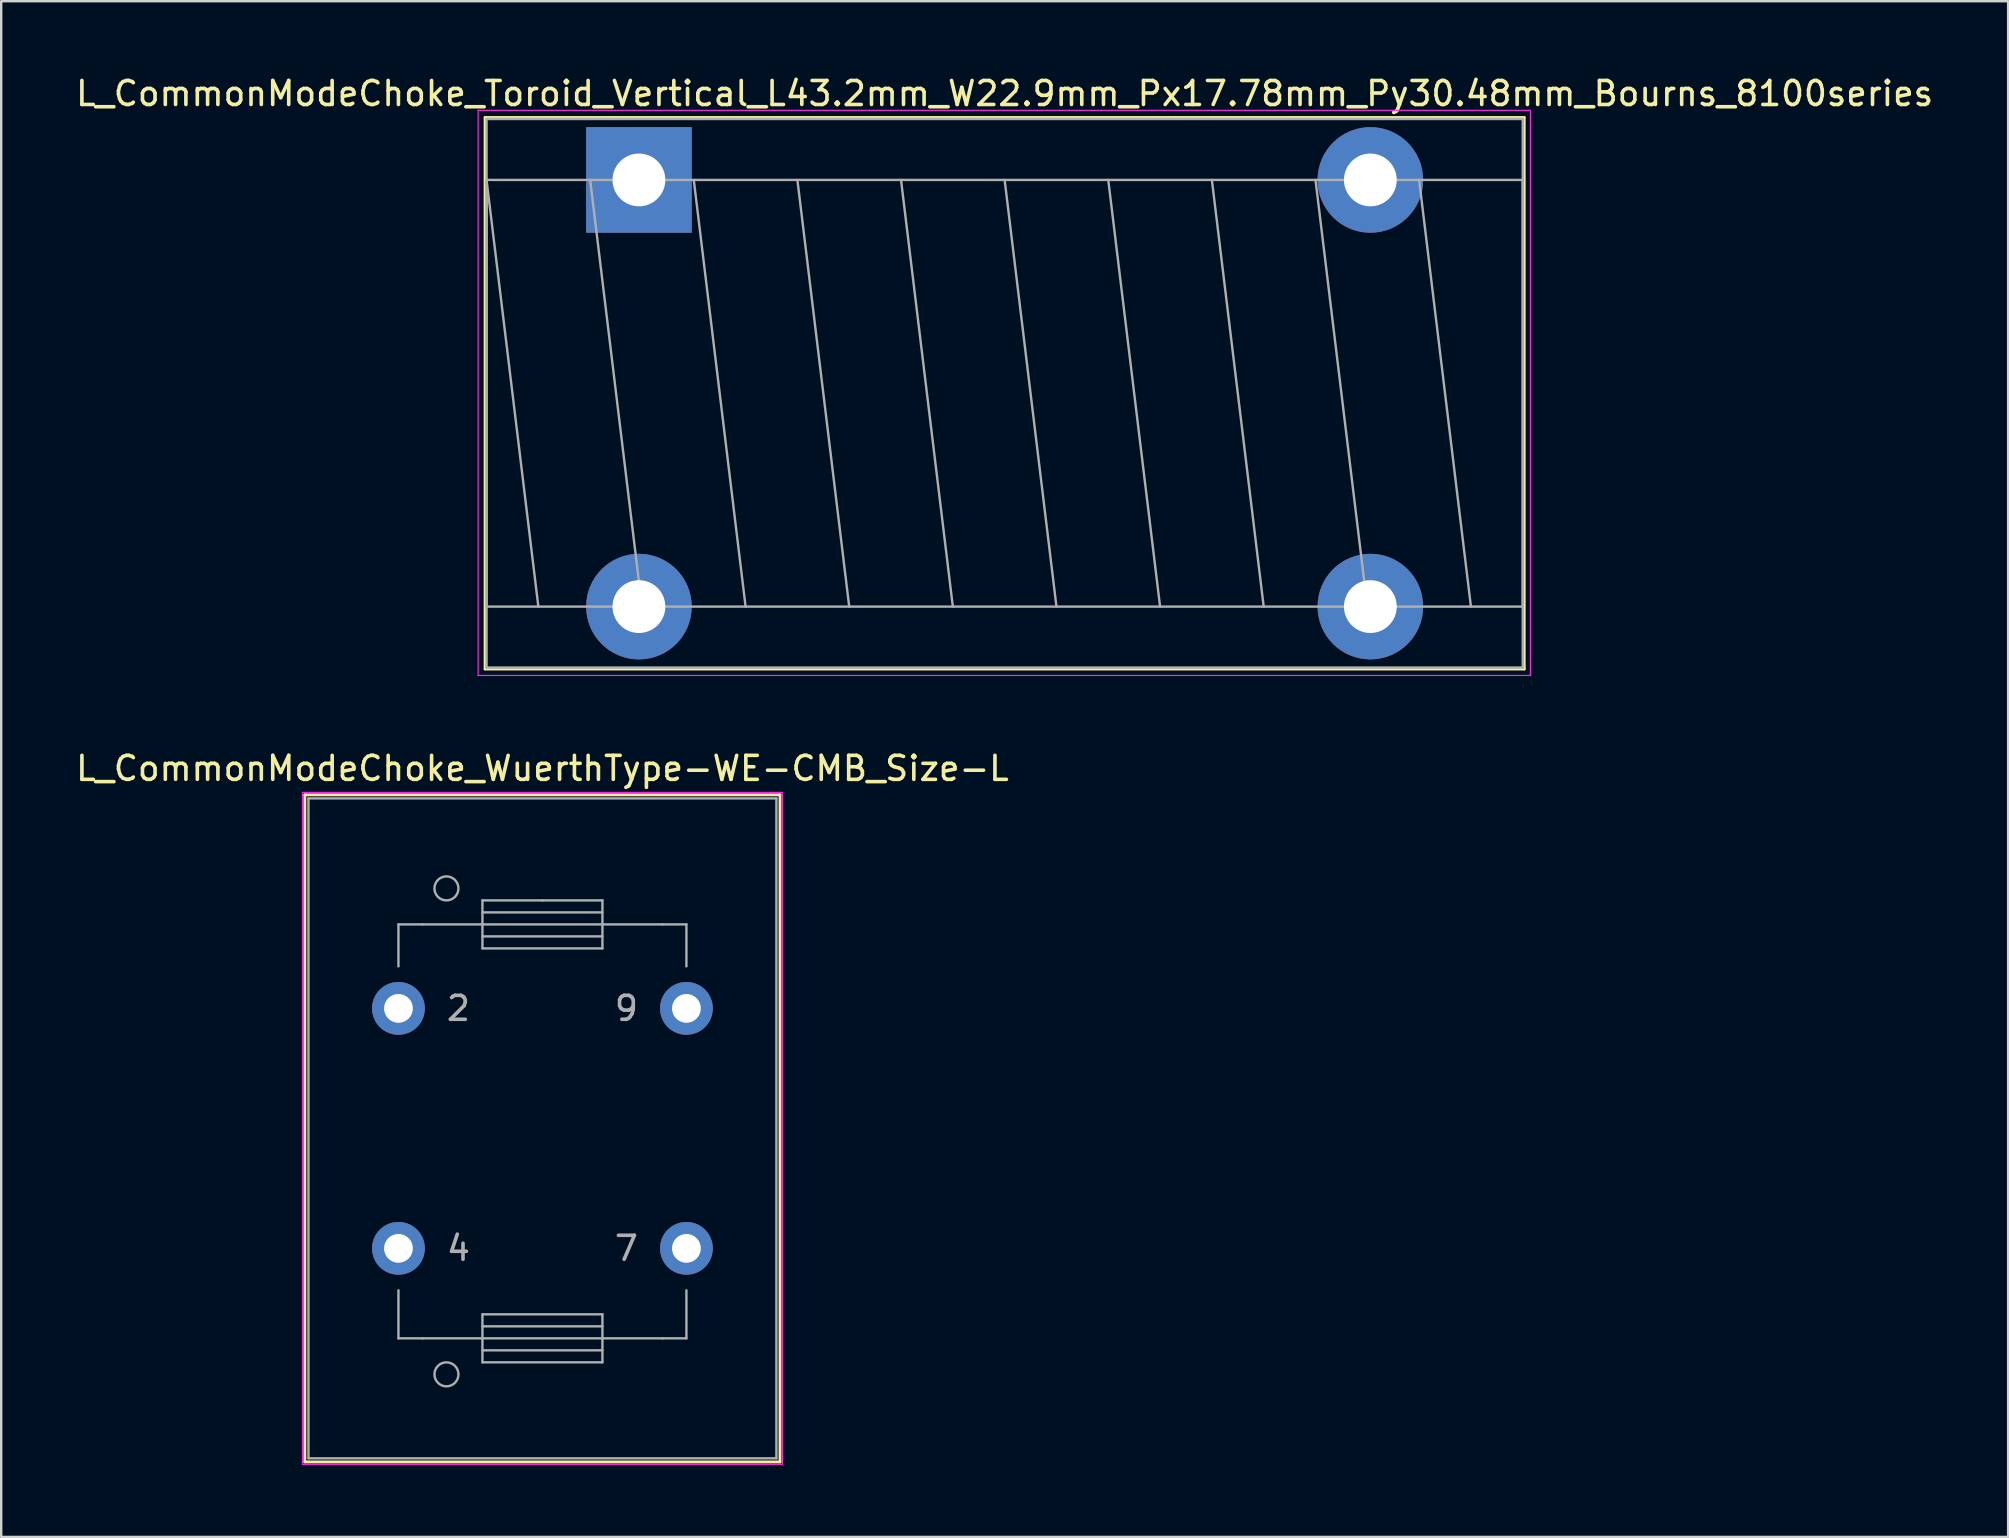
<source format=kicad_pcb>
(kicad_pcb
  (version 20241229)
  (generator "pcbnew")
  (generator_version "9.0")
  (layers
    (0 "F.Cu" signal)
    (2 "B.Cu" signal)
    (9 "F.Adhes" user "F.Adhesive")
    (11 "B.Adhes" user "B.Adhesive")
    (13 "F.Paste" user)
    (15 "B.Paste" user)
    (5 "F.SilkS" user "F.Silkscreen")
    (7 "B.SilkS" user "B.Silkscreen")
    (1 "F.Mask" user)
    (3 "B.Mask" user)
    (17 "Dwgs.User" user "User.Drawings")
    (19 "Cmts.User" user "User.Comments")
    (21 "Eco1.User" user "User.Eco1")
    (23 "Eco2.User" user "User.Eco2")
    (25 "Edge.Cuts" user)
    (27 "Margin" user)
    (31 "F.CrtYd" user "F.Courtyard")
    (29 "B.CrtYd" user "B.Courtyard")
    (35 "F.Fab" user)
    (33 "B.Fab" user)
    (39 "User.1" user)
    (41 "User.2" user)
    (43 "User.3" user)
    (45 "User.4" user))
  (footprint "L_CommonModeChoke_WuerthType-WE-CMB_Size-L"
    (layer "F.Cu")
    (at 13.554 38.971)
    (property "Reference" "L_CommonModeChoke_WuerthType-WE-CMB_Size-L" (at 6 -10 0) (layer "F.SilkS") (effects (font (size 1 1) (thickness 0.15))))
    (attr through_hole)
    (fp_line (start -3.9 18.9) (end -3.9 -8.9) (stroke (width 0.12) (type solid)) (layer "F.SilkS"))
    (fp_line (start -3.9 18.9) (end 15.9 18.9) (stroke (width 0.12) (type solid)) (layer "F.SilkS"))
    (fp_line (start 15.9 -8.9) (end -3.9 -8.9) (stroke (width 0.12) (type solid)) (layer "F.SilkS"))
    (fp_line (start 15.9 18.9) (end 15.9 -8.9) (stroke (width 0.12) (type solid)) (layer "F.SilkS"))
    (fp_line (start -4 -9) (end -4 19) (stroke (width 0.05) (type solid)) (layer "F.CrtYd"))
    (fp_line (start -4 19) (end 16 19) (stroke (width 0.05) (type solid)) (layer "F.CrtYd"))
    (fp_line (start 16 -9) (end -4 -9) (stroke (width 0.05) (type solid)) (layer "F.CrtYd"))
    (fp_line (start 16 19) (end 16 -9) (stroke (width 0.05) (type solid)) (layer "F.CrtYd"))
    (fp_line (start -3.75 -8.75) (end -3.75 18.75) (stroke (width 0.1) (type solid)) (layer "F.Fab"))
    (fp_line (start 0 -3.5) (end 0 -1.75) (stroke (width 0.1) (type solid)) (layer "F.Fab"))
    (fp_line (start 0 13.75) (end 0 11.75) (stroke (width 0.1) (type solid)) (layer "F.Fab"))
    (fp_line (start 1 -3.5) (end 0 -3.5) (stroke (width 0.1) (type solid)) (layer "F.Fab"))
    (fp_line (start 1 13.75) (end 0 13.75) (stroke (width 0.1) (type solid)) (layer "F.Fab"))
    (fp_line (start 1 13.75) (end 3.5 13.75) (stroke (width 0.1) (type solid)) (layer "F.Fab"))
    (fp_line (start 3.5 -4.5) (end 6 -4.5) (stroke (width 0.1) (type solid)) (layer "F.Fab"))
    (fp_line (start 3.5 -3.5) (end 1 -3.5) (stroke (width 0.1) (type solid)) (layer "F.Fab"))
    (fp_line (start 3.5 -3.5) (end 8.5 -3.5) (stroke (width 0.1) (type solid)) (layer "F.Fab"))
    (fp_line (start 3.5 -3) (end 8.5 -3) (stroke (width 0.1) (type solid)) (layer "F.Fab"))
    (fp_line (start 3.5 -2.5) (end 3.5 -4.5) (stroke (width 0.1) (type solid)) (layer "F.Fab"))
    (fp_line (start 3.5 12.75) (end 8.5 12.75) (stroke (width 0.1) (type solid)) (layer "F.Fab"))
    (fp_line (start 3.5 14.25) (end 8.5 14.25) (stroke (width 0.1) (type solid)) (layer "F.Fab"))
    (fp_line (start 3.5 14.75) (end 3.5 12.75) (stroke (width 0.1) (type solid)) (layer "F.Fab"))
    (fp_line (start 6 -4.5) (end 8.5 -4.5) (stroke (width 0.1) (type solid)) (layer "F.Fab"))
    (fp_line (start 8.5 -4.5) (end 8.5 -2.5) (stroke (width 0.1) (type solid)) (layer "F.Fab"))
    (fp_line (start 8.5 -4) (end 3.5 -4) (stroke (width 0.1) (type solid)) (layer "F.Fab"))
    (fp_line (start 8.5 -3.5) (end 11 -3.5) (stroke (width 0.1) (type solid)) (layer "F.Fab"))
    (fp_line (start 8.5 -2.5) (end 3.5 -2.5) (stroke (width 0.1) (type solid)) (layer "F.Fab"))
    (fp_line (start 8.5 12.75) (end 8.5 14.75) (stroke (width 0.1) (type solid)) (layer "F.Fab"))
    (fp_line (start 8.5 13.25) (end 3.5 13.25) (stroke (width 0.1) (type solid)) (layer "F.Fab"))
    (fp_line (start 8.5 13.75) (end 3.5 13.75) (stroke (width 0.1) (type solid)) (layer "F.Fab"))
    (fp_line (start 8.5 14.75) (end 3.5 14.75) (stroke (width 0.1) (type solid)) (layer "F.Fab"))
    (fp_line (start 11 -3.5) (end 12 -3.5) (stroke (width 0.1) (type solid)) (layer "F.Fab"))
    (fp_line (start 11 13.75) (end 8.5 13.75) (stroke (width 0.1) (type solid)) (layer "F.Fab"))
    (fp_line (start 11 13.75) (end 12 13.75) (stroke (width 0.1) (type solid)) (layer "F.Fab"))
    (fp_line (start 12 -3.5) (end 12 -1.75) (stroke (width 0.1) (type solid)) (layer "F.Fab"))
    (fp_line (start 12 13.75) (end 12 11.75) (stroke (width 0.1) (type solid)) (layer "F.Fab"))
    (fp_line (start 15.75 -8.75) (end -3.75 -8.75) (stroke (width 0.1) (type solid)) (layer "F.Fab"))
    (fp_line (start 15.75 -8.75) (end 15.75 18.75) (stroke (width 0.1) (type solid)) (layer "F.Fab"))
    (fp_line (start 15.75 18.75) (end -3.75 18.75) (stroke (width 0.1) (type solid)) (layer "F.Fab"))
    (fp_circle (center 2 -5) (end 2.5 -5) (stroke (width 0.1) (type solid)) (fill no) (layer "F.Fab"))
    (fp_circle (center 2 15.25) (end 2.5 15.25) (stroke (width 0.1) (type solid)) (fill no) (layer "F.Fab"))
    (fp_text user "7" (at 9.5 10 0) (layer "F.Fab") (effects (font (size 1 1) (thickness 0.15))))
    (fp_text user "9" (at 9.5 0 0) (layer "F.Fab") (effects (font (size 1 1) (thickness 0.15))))
    (fp_text user "2" (at 2.5 0 0) (layer "F.Fab") (effects (font (size 1 1) (thickness 0.15))))
    (fp_text user "4" (at 2.5 10 0) (layer "F.Fab") (effects (font (size 1 1) (thickness 0.15))))
    (pad "2" thru_hole circle (at 0 0) (size 2.2 2.2) (drill 1.2) (layers "*.Cu" "*.Mask"))
    (pad "4" thru_hole circle (at 0 10) (size 2.2 2.2) (drill 1.2) (layers "*.Cu" "*.Mask"))
    (pad "7" thru_hole circle (at 12 10) (size 2.2 2.2) (drill 1.2) (layers "*.Cu" "*.Mask"))
    (pad "9" thru_hole circle (at 12 0) (size 2.2 2.2) (drill 1.2) (layers "*.Cu" "*.Mask")))
  (footprint "L_CommonModeChoke_Toroid_Vertical_L43.2mm_W22.9mm_Px17.78mm_Py30.48mm_Bourns_8100series"
    (layer "F.Cu")
    (at 23.575 4.448)
    (property "Reference" "L_CommonModeChoke_Toroid_Vertical_L43.2mm_W22.9mm_Px17.78mm_Py30.48mm_Bourns_8100series" (at 15.24 -3.6 0) (layer "F.SilkS") (effects (font (size 1 1) (thickness 0.15))))
    (attr through_hole)
    (fp_line (start -6.41 -2.6) (end -6.41 20.38) (stroke (width 0.12) (type solid)) (layer "F.SilkS"))
    (fp_line (start -6.41 -2.6) (end 36.89 -2.6) (stroke (width 0.12) (type solid)) (layer "F.SilkS"))
    (fp_line (start -6.41 20.38) (end 36.89 20.38) (stroke (width 0.12) (type solid)) (layer "F.SilkS"))
    (fp_line (start 36.89 -2.6) (end 36.89 20.38) (stroke (width 0.12) (type solid)) (layer "F.SilkS"))
    (fp_line (start -6.7 -2.9) (end -6.7 20.65) (stroke (width 0.05) (type solid)) (layer "F.CrtYd"))
    (fp_line (start -6.7 20.65) (end 37.15 20.65) (stroke (width 0.05) (type solid)) (layer "F.CrtYd"))
    (fp_line (start 37.15 -2.9) (end -6.7 -2.9) (stroke (width 0.05) (type solid)) (layer "F.CrtYd"))
    (fp_line (start 37.15 20.65) (end 37.15 -2.9) (stroke (width 0.05) (type solid)) (layer "F.CrtYd"))
    (fp_line (start -6.35 -2.54) (end -6.35 20.32) (stroke (width 0.1) (type solid)) (layer "F.Fab"))
    (fp_line (start -6.35 0) (end -6.35 17.78) (stroke (width 0.1) (type solid)) (layer "F.Fab"))
    (fp_line (start -6.35 0) (end -4.191 17.78) (stroke (width 0.1) (type solid)) (layer "F.Fab"))
    (fp_line (start -6.35 17.78) (end 36.83 17.78) (stroke (width 0.1) (type solid)) (layer "F.Fab"))
    (fp_line (start -6.35 20.32) (end 36.83 20.32) (stroke (width 0.1) (type solid)) (layer "F.Fab"))
    (fp_line (start -2.032 0) (end 0.127 17.78) (stroke (width 0.1) (type solid)) (layer "F.Fab"))
    (fp_line (start 2.286 0) (end 4.445 17.78) (stroke (width 0.1) (type solid)) (layer "F.Fab"))
    (fp_line (start 6.604 0) (end 8.763 17.78) (stroke (width 0.1) (type solid)) (layer "F.Fab"))
    (fp_line (start 10.922 0) (end 13.081 17.78) (stroke (width 0.1) (type solid)) (layer "F.Fab"))
    (fp_line (start 15.24 0) (end 17.399 17.78) (stroke (width 0.1) (type solid)) (layer "F.Fab"))
    (fp_line (start 19.558 0) (end 21.717 17.78) (stroke (width 0.1) (type solid)) (layer "F.Fab"))
    (fp_line (start 23.876 0) (end 26.035 17.78) (stroke (width 0.1) (type solid)) (layer "F.Fab"))
    (fp_line (start 28.194 0) (end 30.353 17.78) (stroke (width 0.1) (type solid)) (layer "F.Fab"))
    (fp_line (start 32.512 0) (end 34.671 17.78) (stroke (width 0.1) (type solid)) (layer "F.Fab"))
    (fp_line (start 36.83 -2.54) (end -6.35 -2.54) (stroke (width 0.1) (type solid)) (layer "F.Fab"))
    (fp_line (start 36.83 0) (end -6.35 0) (stroke (width 0.1) (type solid)) (layer "F.Fab"))
    (fp_line (start 36.83 17.78) (end 36.83 0) (stroke (width 0.1) (type solid)) (layer "F.Fab"))
    (fp_line (start 36.83 20.32) (end 36.83 -2.54) (stroke (width 0.1) (type solid)) (layer "F.Fab"))
    (pad "1" thru_hole rect (at 0 0) (size 4.4 4.4) (drill 2.2) (layers "*.Cu" "*.Mask"))
    (pad "2" thru_hole circle (at 0 17.78) (size 4.4 4.4) (drill 2.2) (layers "*.Cu" "*.Mask"))
    (pad "3" thru_hole circle (at 30.48 17.78) (size 4.4 4.4) (drill 2.2) (layers "*.Cu" "*.Mask"))
    (pad "4" thru_hole circle (at 30.48 0) (size 4.4 4.4) (drill 2.2) (layers "*.Cu" "*.Mask")))
  (gr_rect
    (start -3 -3)
    (end 80.631 60.996)
    (stroke (width 0.1) (type default))
    (fill no)
    (layer "Edge.Cuts")))
</source>
